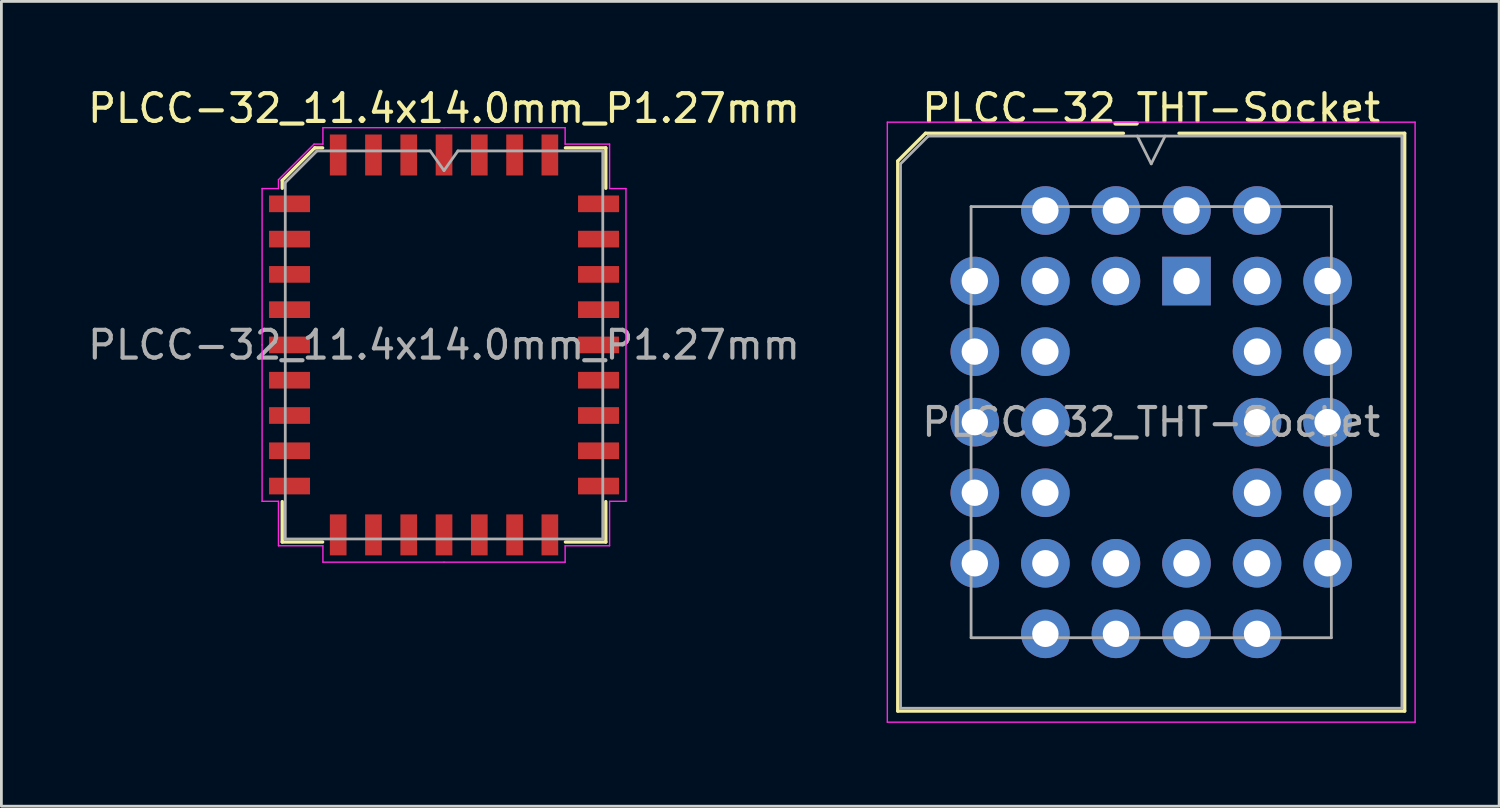
<source format=kicad_pcb>
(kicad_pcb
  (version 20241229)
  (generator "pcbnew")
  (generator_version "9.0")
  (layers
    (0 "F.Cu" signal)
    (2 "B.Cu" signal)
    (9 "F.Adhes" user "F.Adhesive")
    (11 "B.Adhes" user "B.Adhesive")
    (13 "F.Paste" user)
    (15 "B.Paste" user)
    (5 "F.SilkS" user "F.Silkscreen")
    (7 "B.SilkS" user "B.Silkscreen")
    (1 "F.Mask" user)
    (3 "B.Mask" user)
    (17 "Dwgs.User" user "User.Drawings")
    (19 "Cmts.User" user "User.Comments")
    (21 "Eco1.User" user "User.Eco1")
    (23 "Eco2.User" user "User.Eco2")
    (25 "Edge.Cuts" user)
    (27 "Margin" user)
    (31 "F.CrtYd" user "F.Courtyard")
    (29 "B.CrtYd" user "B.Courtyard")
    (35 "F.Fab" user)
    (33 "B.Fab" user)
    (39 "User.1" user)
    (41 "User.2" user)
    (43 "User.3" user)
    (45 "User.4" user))
  (footprint "PLCC-32_11.4x14.0mm_P1.27mm"
    (layer "F.Cu")
    (at 12.935 9.368)
    (property "Reference" "PLCC-32_11.4x14.0mm_P1.27mm" (at 0 -8.52 0) (layer "F.SilkS") (effects (font (size 1 1) (thickness 0.15))))
    (attr smd)
    (fp_line (start -5.825 -5.923) (end -5.825 -5.64) (stroke (width 0.12) (type solid)) (layer "F.SilkS"))
    (fp_line (start -5.825 7.095) (end -5.825 5.64) (stroke (width 0.12) (type solid)) (layer "F.SilkS"))
    (fp_line (start -4.653 -7.095) (end -5.825 -5.923) (stroke (width 0.12) (type solid)) (layer "F.SilkS"))
    (fp_line (start -4.37 -7.095) (end -4.653 -7.095) (stroke (width 0.12) (type solid)) (layer "F.SilkS"))
    (fp_line (start -4.37 7.095) (end -5.825 7.095) (stroke (width 0.12) (type solid)) (layer "F.SilkS"))
    (fp_line (start 4.37 -7.095) (end 5.825 -7.095) (stroke (width 0.12) (type solid)) (layer "F.SilkS"))
    (fp_line (start 4.37 7.095) (end 5.825 7.095) (stroke (width 0.12) (type solid)) (layer "F.SilkS"))
    (fp_line (start 5.825 -7.095) (end 5.825 -5.64) (stroke (width 0.12) (type solid)) (layer "F.SilkS"))
    (fp_line (start 5.825 7.095) (end 5.825 5.64) (stroke (width 0.12) (type solid)) (layer "F.SilkS"))
    (fp_line (start -6.55 -5.63) (end -6.55 0) (stroke (width 0.05) (type solid)) (layer "F.CrtYd"))
    (fp_line (start -6.55 5.63) (end -6.55 0) (stroke (width 0.05) (type solid)) (layer "F.CrtYd"))
    (fp_line (start -5.96 -5.95) (end -5.96 -5.63) (stroke (width 0.05) (type solid)) (layer "F.CrtYd"))
    (fp_line (start -5.96 -5.63) (end -6.55 -5.63) (stroke (width 0.05) (type solid)) (layer "F.CrtYd"))
    (fp_line (start -5.96 5.63) (end -6.55 5.63) (stroke (width 0.05) (type solid)) (layer "F.CrtYd"))
    (fp_line (start -5.96 7.23) (end -5.96 5.63) (stroke (width 0.05) (type solid)) (layer "F.CrtYd"))
    (fp_line (start -4.68 -7.23) (end -5.96 -5.95) (stroke (width 0.05) (type solid)) (layer "F.CrtYd"))
    (fp_line (start -4.36 -7.82) (end -4.36 -7.23) (stroke (width 0.05) (type solid)) (layer "F.CrtYd"))
    (fp_line (start -4.36 -7.23) (end -4.68 -7.23) (stroke (width 0.05) (type solid)) (layer "F.CrtYd"))
    (fp_line (start -4.36 7.23) (end -5.96 7.23) (stroke (width 0.05) (type solid)) (layer "F.CrtYd"))
    (fp_line (start -4.36 7.82) (end -4.36 7.23) (stroke (width 0.05) (type solid)) (layer "F.CrtYd"))
    (fp_line (start 0 -7.82) (end -4.36 -7.82) (stroke (width 0.05) (type solid)) (layer "F.CrtYd"))
    (fp_line (start 0 -7.82) (end 4.36 -7.82) (stroke (width 0.05) (type solid)) (layer "F.CrtYd"))
    (fp_line (start 0 7.82) (end -4.36 7.82) (stroke (width 0.05) (type solid)) (layer "F.CrtYd"))
    (fp_line (start 0 7.82) (end 4.36 7.82) (stroke (width 0.05) (type solid)) (layer "F.CrtYd"))
    (fp_line (start 4.36 -7.82) (end 4.36 -7.23) (stroke (width 0.05) (type solid)) (layer "F.CrtYd"))
    (fp_line (start 4.36 -7.23) (end 5.96 -7.23) (stroke (width 0.05) (type solid)) (layer "F.CrtYd"))
    (fp_line (start 4.36 7.23) (end 5.96 7.23) (stroke (width 0.05) (type solid)) (layer "F.CrtYd"))
    (fp_line (start 4.36 7.82) (end 4.36 7.23) (stroke (width 0.05) (type solid)) (layer "F.CrtYd"))
    (fp_line (start 5.96 -7.23) (end 5.96 -5.63) (stroke (width 0.05) (type solid)) (layer "F.CrtYd"))
    (fp_line (start 5.96 -5.63) (end 6.55 -5.63) (stroke (width 0.05) (type solid)) (layer "F.CrtYd"))
    (fp_line (start 5.96 5.63) (end 6.55 5.63) (stroke (width 0.05) (type solid)) (layer "F.CrtYd"))
    (fp_line (start 5.96 7.23) (end 5.96 5.63) (stroke (width 0.05) (type solid)) (layer "F.CrtYd"))
    (fp_line (start 6.55 -5.63) (end 6.55 0) (stroke (width 0.05) (type solid)) (layer "F.CrtYd"))
    (fp_line (start 6.55 5.63) (end 6.55 0) (stroke (width 0.05) (type solid)) (layer "F.CrtYd"))
    (fp_line (start -5.715 -5.845) (end -4.575 -6.985) (stroke (width 0.1) (type solid)) (layer "F.Fab"))
    (fp_line (start -5.715 6.985) (end -5.715 -5.845) (stroke (width 0.1) (type solid)) (layer "F.Fab"))
    (fp_line (start -4.575 -6.985) (end -0.5 -6.985) (stroke (width 0.1) (type solid)) (layer "F.Fab"))
    (fp_line (start -0.5 -6.985) (end 0 -6.278) (stroke (width 0.1) (type solid)) (layer "F.Fab"))
    (fp_line (start 0 -6.278) (end 0.5 -6.985) (stroke (width 0.1) (type solid)) (layer "F.Fab"))
    (fp_line (start 0.5 -6.985) (end 5.715 -6.985) (stroke (width 0.1) (type solid)) (layer "F.Fab"))
    (fp_line (start 5.715 -6.985) (end 5.715 6.985) (stroke (width 0.1) (type solid)) (layer "F.Fab"))
    (fp_line (start 5.715 6.985) (end -5.715 6.985) (stroke (width 0.1) (type solid)) (layer "F.Fab"))
    (fp_text user "${REFERENCE}" (at 0 0 0) (layer "F.Fab") (effects (font (size 1 1) (thickness 0.15))))
    (pad "1" smd rect (at 0 -6.838) (size 0.6 1.475) (layers "F.Cu" "F.Mask" "F.Paste"))
    (pad "2" smd rect (at -1.27 -6.838) (size 0.6 1.475) (layers "F.Cu" "F.Mask" "F.Paste"))
    (pad "3" smd rect (at -2.54 -6.838) (size 0.6 1.475) (layers "F.Cu" "F.Mask" "F.Paste"))
    (pad "4" smd rect (at -3.81 -6.838) (size 0.6 1.475) (layers "F.Cu" "F.Mask" "F.Paste"))
    (pad "5" smd rect (at -5.562 -5.08) (size 1.475 0.6) (layers "F.Cu" "F.Mask" "F.Paste"))
    (pad "6" smd rect (at -5.562 -3.81) (size 1.475 0.6) (layers "F.Cu" "F.Mask" "F.Paste"))
    (pad "7" smd rect (at -5.562 -2.54) (size 1.475 0.6) (layers "F.Cu" "F.Mask" "F.Paste"))
    (pad "8" smd rect (at -5.562 -1.27) (size 1.475 0.6) (layers "F.Cu" "F.Mask" "F.Paste"))
    (pad "9" smd rect (at -5.562 0) (size 1.475 0.6) (layers "F.Cu" "F.Mask" "F.Paste"))
    (pad "10" smd rect (at -5.562 1.27) (size 1.475 0.6) (layers "F.Cu" "F.Mask" "F.Paste"))
    (pad "11" smd rect (at -5.562 2.54) (size 1.475 0.6) (layers "F.Cu" "F.Mask" "F.Paste"))
    (pad "12" smd rect (at -5.562 3.81) (size 1.475 0.6) (layers "F.Cu" "F.Mask" "F.Paste"))
    (pad "13" smd rect (at -5.562 5.08) (size 1.475 0.6) (layers "F.Cu" "F.Mask" "F.Paste"))
    (pad "14" smd rect (at -3.81 6.838) (size 0.6 1.475) (layers "F.Cu" "F.Mask" "F.Paste"))
    (pad "15" smd rect (at -2.54 6.838) (size 0.6 1.475) (layers "F.Cu" "F.Mask" "F.Paste"))
    (pad "16" smd rect (at -1.27 6.838) (size 0.6 1.475) (layers "F.Cu" "F.Mask" "F.Paste"))
    (pad "17" smd rect (at 0 6.838) (size 0.6 1.475) (layers "F.Cu" "F.Mask" "F.Paste"))
    (pad "18" smd rect (at 1.27 6.838) (size 0.6 1.475) (layers "F.Cu" "F.Mask" "F.Paste"))
    (pad "19" smd rect (at 2.54 6.838) (size 0.6 1.475) (layers "F.Cu" "F.Mask" "F.Paste"))
    (pad "20" smd rect (at 3.81 6.838) (size 0.6 1.475) (layers "F.Cu" "F.Mask" "F.Paste"))
    (pad "21" smd rect (at 5.562 5.08) (size 1.475 0.6) (layers "F.Cu" "F.Mask" "F.Paste"))
    (pad "22" smd rect (at 5.562 3.81) (size 1.475 0.6) (layers "F.Cu" "F.Mask" "F.Paste"))
    (pad "23" smd rect (at 5.562 2.54) (size 1.475 0.6) (layers "F.Cu" "F.Mask" "F.Paste"))
    (pad "24" smd rect (at 5.562 1.27) (size 1.475 0.6) (layers "F.Cu" "F.Mask" "F.Paste"))
    (pad "25" smd rect (at 5.562 0) (size 1.475 0.6) (layers "F.Cu" "F.Mask" "F.Paste"))
    (pad "26" smd rect (at 5.562 -1.27) (size 1.475 0.6) (layers "F.Cu" "F.Mask" "F.Paste"))
    (pad "27" smd rect (at 5.562 -2.54) (size 1.475 0.6) (layers "F.Cu" "F.Mask" "F.Paste"))
    (pad "28" smd rect (at 5.562 -3.81) (size 1.475 0.6) (layers "F.Cu" "F.Mask" "F.Paste"))
    (pad "29" smd rect (at 5.562 -5.08) (size 1.475 0.6) (layers "F.Cu" "F.Mask" "F.Paste"))
    (pad "30" smd rect (at 3.81 -6.838) (size 0.6 1.475) (layers "F.Cu" "F.Mask" "F.Paste"))
    (pad "31" smd rect (at 2.54 -6.838) (size 0.6 1.475) (layers "F.Cu" "F.Mask" "F.Paste"))
    (pad "32" smd rect (at 1.27 -6.838) (size 0.6 1.475) (layers "F.Cu" "F.Mask" "F.Paste")))
  (footprint "PLCC-32_THT-Socket"
    (layer "F.Cu")
    (at 39.664 7.068)
    (property "Reference" "PLCC-32_THT-Socket" (at -1.27 -6.22 0) (layer "F.SilkS") (effects (font (size 1 1) (thickness 0.15))))
    (attr through_hole)
    (fp_line (start -10.395 -4.32) (end -10.395 15.48) (stroke (width 0.12) (type solid)) (layer "F.SilkS"))
    (fp_line (start -10.395 15.48) (end 7.855 15.48) (stroke (width 0.12) (type solid)) (layer "F.SilkS"))
    (fp_line (start -9.395 -5.32) (end -10.395 -4.32) (stroke (width 0.12) (type solid)) (layer "F.SilkS"))
    (fp_line (start -2.27 -5.32) (end -9.395 -5.32) (stroke (width 0.12) (type solid)) (layer "F.SilkS"))
    (fp_line (start 7.855 -5.32) (end -0.27 -5.32) (stroke (width 0.12) (type solid)) (layer "F.SilkS"))
    (fp_line (start 7.855 15.48) (end 7.855 -5.32) (stroke (width 0.12) (type solid)) (layer "F.SilkS"))
    (fp_line (start -10.77 -5.72) (end -10.77 15.88) (stroke (width 0.05) (type solid)) (layer "F.CrtYd"))
    (fp_line (start -10.77 15.88) (end 8.23 15.88) (stroke (width 0.05) (type solid)) (layer "F.CrtYd"))
    (fp_line (start 8.23 -5.72) (end -10.77 -5.72) (stroke (width 0.05) (type solid)) (layer "F.CrtYd"))
    (fp_line (start 8.23 15.88) (end 8.23 -5.72) (stroke (width 0.05) (type solid)) (layer "F.CrtYd"))
    (fp_line (start -10.295 -4.22) (end -10.295 15.38) (stroke (width 0.1) (type solid)) (layer "F.Fab"))
    (fp_line (start -10.295 15.38) (end 7.755 15.38) (stroke (width 0.1) (type solid)) (layer "F.Fab"))
    (fp_line (start -9.295 -5.22) (end -10.295 -4.22) (stroke (width 0.1) (type solid)) (layer "F.Fab"))
    (fp_line (start -7.755 -2.68) (end -7.755 12.84) (stroke (width 0.1) (type solid)) (layer "F.Fab"))
    (fp_line (start -7.755 12.84) (end 5.215 12.84) (stroke (width 0.1) (type solid)) (layer "F.Fab"))
    (fp_line (start -1.77 -5.22) (end -1.27 -4.22) (stroke (width 0.1) (type solid)) (layer "F.Fab"))
    (fp_line (start -1.27 -4.22) (end -0.77 -5.22) (stroke (width 0.1) (type solid)) (layer "F.Fab"))
    (fp_line (start 5.215 -2.68) (end -7.755 -2.68) (stroke (width 0.1) (type solid)) (layer "F.Fab"))
    (fp_line (start 5.215 12.84) (end 5.215 -2.68) (stroke (width 0.1) (type solid)) (layer "F.Fab"))
    (fp_line (start 7.755 -5.22) (end -9.295 -5.22) (stroke (width 0.1) (type solid)) (layer "F.Fab"))
    (fp_line (start 7.755 15.38) (end 7.755 -5.22) (stroke (width 0.1) (type solid)) (layer "F.Fab"))
    (fp_text user "${REFERENCE}" (at -1.27 5.08 0) (layer "F.Fab") (effects (font (size 1 1) (thickness 0.15))))
    (pad "1" thru_hole rect (at 0 0) (size 1.75 1.75) (drill 0.95) (layers "*.Cu" "*.Mask"))
    (pad "2" thru_hole circle (at -2.54 -2.54) (size 1.75 1.75) (drill 0.95) (layers "*.Cu" "*.Mask"))
    (pad "3" thru_hole circle (at -2.54 0) (size 1.75 1.75) (drill 0.95) (layers "*.Cu" "*.Mask"))
    (pad "4" thru_hole circle (at -5.08 -2.54) (size 1.75 1.75) (drill 0.95) (layers "*.Cu" "*.Mask"))
    (pad "5" thru_hole circle (at -7.62 0) (size 1.75 1.75) (drill 0.95) (layers "*.Cu" "*.Mask"))
    (pad "6" thru_hole circle (at -5.08 0) (size 1.75 1.75) (drill 0.95) (layers "*.Cu" "*.Mask"))
    (pad "7" thru_hole circle (at -7.62 2.54) (size 1.75 1.75) (drill 0.95) (layers "*.Cu" "*.Mask"))
    (pad "8" thru_hole circle (at -5.08 2.54) (size 1.75 1.75) (drill 0.95) (layers "*.Cu" "*.Mask"))
    (pad "9" thru_hole circle (at -7.62 5.08) (size 1.75 1.75) (drill 0.95) (layers "*.Cu" "*.Mask"))
    (pad "10" thru_hole circle (at -5.08 5.08) (size 1.75 1.75) (drill 0.95) (layers "*.Cu" "*.Mask"))
    (pad "11" thru_hole circle (at -7.62 7.62) (size 1.75 1.75) (drill 0.95) (layers "*.Cu" "*.Mask"))
    (pad "12" thru_hole circle (at -5.08 7.62) (size 1.75 1.75) (drill 0.95) (layers "*.Cu" "*.Mask"))
    (pad "13" thru_hole circle (at -7.62 10.16) (size 1.75 1.75) (drill 0.95) (layers "*.Cu" "*.Mask"))
    (pad "14" thru_hole circle (at -5.08 12.7) (size 1.75 1.75) (drill 0.95) (layers "*.Cu" "*.Mask"))
    (pad "15" thru_hole circle (at -5.08 10.16) (size 1.75 1.75) (drill 0.95) (layers "*.Cu" "*.Mask"))
    (pad "16" thru_hole circle (at -2.54 12.7) (size 1.75 1.75) (drill 0.95) (layers "*.Cu" "*.Mask"))
    (pad "17" thru_hole circle (at -2.54 10.16) (size 1.75 1.75) (drill 0.95) (layers "*.Cu" "*.Mask"))
    (pad "18" thru_hole circle (at 0 12.7) (size 1.75 1.75) (drill 0.95) (layers "*.Cu" "*.Mask"))
    (pad "19" thru_hole circle (at 0 10.16) (size 1.75 1.75) (drill 0.95) (layers "*.Cu" "*.Mask"))
    (pad "20" thru_hole circle (at 2.54 12.7) (size 1.75 1.75) (drill 0.95) (layers "*.Cu" "*.Mask"))
    (pad "21" thru_hole circle (at 5.08 10.16) (size 1.75 1.75) (drill 0.95) (layers "*.Cu" "*.Mask"))
    (pad "22" thru_hole circle (at 2.54 10.16) (size 1.75 1.75) (drill 0.95) (layers "*.Cu" "*.Mask"))
    (pad "23" thru_hole circle (at 5.08 7.62) (size 1.75 1.75) (drill 0.95) (layers "*.Cu" "*.Mask"))
    (pad "24" thru_hole circle (at 2.54 7.62) (size 1.75 1.75) (drill 0.95) (layers "*.Cu" "*.Mask"))
    (pad "25" thru_hole circle (at 5.08 5.08) (size 1.75 1.75) (drill 0.95) (layers "*.Cu" "*.Mask"))
    (pad "26" thru_hole circle (at 2.54 5.08) (size 1.75 1.75) (drill 0.95) (layers "*.Cu" "*.Mask"))
    (pad "27" thru_hole circle (at 5.08 2.54) (size 1.75 1.75) (drill 0.95) (layers "*.Cu" "*.Mask"))
    (pad "28" thru_hole circle (at 2.54 2.54) (size 1.75 1.75) (drill 0.95) (layers "*.Cu" "*.Mask"))
    (pad "29" thru_hole circle (at 5.08 0) (size 1.75 1.75) (drill 0.95) (layers "*.Cu" "*.Mask"))
    (pad "30" thru_hole circle (at 2.54 -2.54) (size 1.75 1.75) (drill 0.95) (layers "*.Cu" "*.Mask"))
    (pad "31" thru_hole circle (at 2.54 0) (size 1.75 1.75) (drill 0.95) (layers "*.Cu" "*.Mask"))
    (pad "32" thru_hole circle (at 0 -2.54) (size 1.75 1.75) (drill 0.95) (layers "*.Cu" "*.Mask")))
  (gr_rect
    (start -3 -3)
    (end 50.919 25.973)
    (stroke (width 0.1) (type default))
    (fill no)
    (layer "Edge.Cuts")))
</source>
